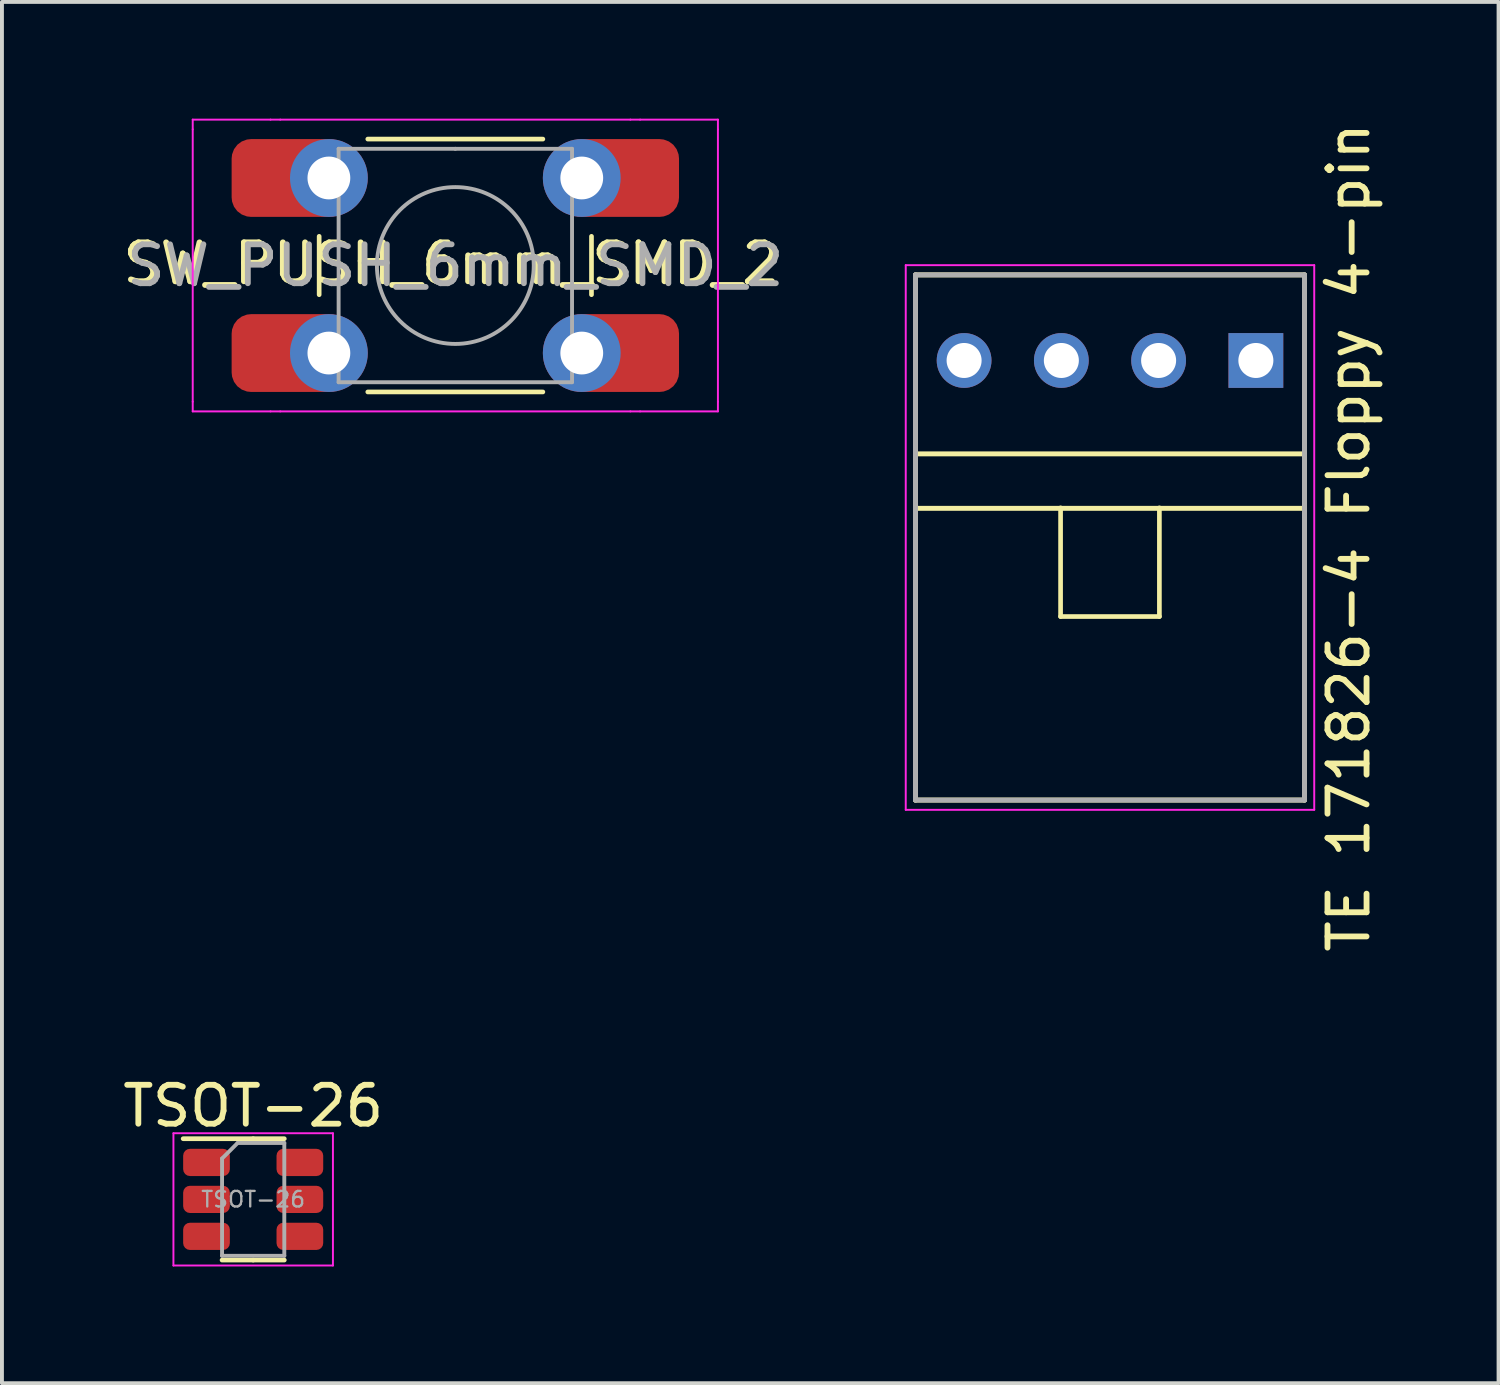
<source format=kicad_pcb>
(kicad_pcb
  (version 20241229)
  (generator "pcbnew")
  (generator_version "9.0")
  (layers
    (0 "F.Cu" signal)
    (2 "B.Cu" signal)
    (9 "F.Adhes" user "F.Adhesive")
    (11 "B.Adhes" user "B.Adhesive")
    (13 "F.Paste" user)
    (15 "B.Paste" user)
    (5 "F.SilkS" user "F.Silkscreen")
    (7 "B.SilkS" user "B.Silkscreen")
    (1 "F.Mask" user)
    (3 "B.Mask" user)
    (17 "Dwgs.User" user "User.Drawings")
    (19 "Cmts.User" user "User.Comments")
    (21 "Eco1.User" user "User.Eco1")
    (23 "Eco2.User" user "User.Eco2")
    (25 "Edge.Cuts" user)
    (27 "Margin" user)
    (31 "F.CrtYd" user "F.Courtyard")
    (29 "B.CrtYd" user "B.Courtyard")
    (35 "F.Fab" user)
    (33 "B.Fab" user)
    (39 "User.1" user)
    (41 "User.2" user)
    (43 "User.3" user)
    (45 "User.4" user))
  (footprint "TSOT-26"
    (layer "F.Cu")
    (at 3.458 27.78)
    (property "Reference" "TSOT-26" (at 0 -2.4 0) (layer "F.SilkS") (effects (font (size 1 1) (thickness 0.15))))
    (attr smd)
    (fp_line (start 0 -1.56) (end -1.8 -1.56) (stroke (width 0.12) (type solid)) (layer "F.SilkS"))
    (fp_line (start 0 -1.56) (end 0.8 -1.56) (stroke (width 0.12) (type solid)) (layer "F.SilkS"))
    (fp_line (start 0 1.56) (end -0.8 1.56) (stroke (width 0.12) (type solid)) (layer "F.SilkS"))
    (fp_line (start 0 1.56) (end 0.8 1.56) (stroke (width 0.12) (type solid)) (layer "F.SilkS"))
    (fp_line (start -2.05 -1.7) (end -2.05 1.7) (stroke (width 0.05) (type solid)) (layer "F.CrtYd"))
    (fp_line (start -2.05 1.7) (end 2.05 1.7) (stroke (width 0.05) (type solid)) (layer "F.CrtYd"))
    (fp_line (start 2.05 -1.7) (end -2.05 -1.7) (stroke (width 0.05) (type solid)) (layer "F.CrtYd"))
    (fp_line (start 2.05 1.7) (end 2.05 -1.7) (stroke (width 0.05) (type solid)) (layer "F.CrtYd"))
    (fp_line (start -0.8 -1.05) (end -0.4 -1.45) (stroke (width 0.1) (type solid)) (layer "F.Fab"))
    (fp_line (start -0.8 1.45) (end -0.8 -1.05) (stroke (width 0.1) (type solid)) (layer "F.Fab"))
    (fp_line (start -0.4 -1.45) (end 0.8 -1.45) (stroke (width 0.1) (type solid)) (layer "F.Fab"))
    (fp_line (start 0.8 -1.45) (end 0.8 1.45) (stroke (width 0.1) (type solid)) (layer "F.Fab"))
    (fp_line (start 0.8 1.45) (end -0.8 1.45) (stroke (width 0.1) (type solid)) (layer "F.Fab"))
    (fp_text user "${REFERENCE}" (at 0 0 0) (layer "F.Fab") (effects (font (size 0.4 0.4) (thickness 0.06))))
    (pad "1" smd roundrect (at -1.2 -0.95) (size 1.2 0.7) (layers "F.Cu" "F.Mask" "F.Paste") (roundrect_rratio 0.25))
    (pad "2" smd roundrect (at -1.2 0) (size 1.2 0.7) (layers "F.Cu" "F.Mask" "F.Paste") (roundrect_rratio 0.25))
    (pad "3" smd roundrect (at -1.2 0.95) (size 1.2 0.7) (layers "F.Cu" "F.Mask" "F.Paste") (roundrect_rratio 0.25))
    (pad "4" smd roundrect (at 1.2 0.95) (size 1.2 0.7) (layers "F.Cu" "F.Mask" "F.Paste") (roundrect_rratio 0.25))
    (pad "5" smd roundrect (at 1.2 0) (size 1.2 0.7) (layers "F.Cu" "F.Mask" "F.Paste") (roundrect_rratio 0.25))
    (pad "6" smd roundrect (at 1.2 -0.95) (size 1.2 0.7) (layers "F.Cu" "F.Mask" "F.Paste") (roundrect_rratio 0.25)))
  (footprint "SW_PUSH_6mm_SMD_2"
    (layer "F.Cu")
    (at 5.404 1.525)
    (property "Reference" "SW_PUSH_6mm_SMD_2" (at 3.15 2.2 180) (layer "F.SilkS") (effects (font (size 1 1) (thickness 0.15))))
    (fp_line (start -0.25 1.5) (end -0.25 3) (stroke (width 0.12) (type solid)) (layer "F.SilkS"))
    (fp_line (start 1 5.5) (end 5.5 5.5) (stroke (width 0.12) (type solid)) (layer "F.SilkS"))
    (fp_line (start 5.5 -1) (end 1 -1) (stroke (width 0.12) (type solid)) (layer "F.SilkS"))
    (fp_line (start 6.75 3) (end 6.75 1.5) (stroke (width 0.12) (type solid)) (layer "F.SilkS"))
    (fp_line (start -3.5 -1.25) (end -3.5 -1.5) (stroke (width 0.05) (type solid)) (layer "F.CrtYd"))
    (fp_line (start -3.5 5.75) (end -3.5 -1.25) (stroke (width 0.05) (type solid)) (layer "F.CrtYd"))
    (fp_line (start -3.5 5.75) (end -3.5 6) (stroke (width 0.05) (type solid)) (layer "F.CrtYd"))
    (fp_line (start -1.5 -1.5) (end -3.5 -1.5) (stroke (width 0.05) (type solid)) (layer "F.CrtYd"))
    (fp_line (start -1.5 -1.5) (end -1.25 -1.5) (stroke (width 0.05) (type solid)) (layer "F.CrtYd"))
    (fp_line (start -1.5 6) (end -3.5 6) (stroke (width 0.05) (type solid)) (layer "F.CrtYd"))
    (fp_line (start -1.5 6) (end -1.25 6) (stroke (width 0.05) (type solid)) (layer "F.CrtYd"))
    (fp_line (start -1.25 -1.5) (end 7.75 -1.5) (stroke (width 0.05) (type solid)) (layer "F.CrtYd"))
    (fp_line (start 7.75 -1.5) (end 8 -1.5) (stroke (width 0.05) (type solid)) (layer "F.CrtYd"))
    (fp_line (start 7.75 6) (end -1.25 6) (stroke (width 0.05) (type solid)) (layer "F.CrtYd"))
    (fp_line (start 7.75 6) (end 8 6) (stroke (width 0.05) (type solid)) (layer "F.CrtYd"))
    (fp_line (start 8 -1.5) (end 10 -1.5) (stroke (width 0.05) (type solid)) (layer "F.CrtYd"))
    (fp_line (start 10 -1.5) (end 10 -1.25) (stroke (width 0.05) (type solid)) (layer "F.CrtYd"))
    (fp_line (start 10 -1.25) (end 10 5.75) (stroke (width 0.05) (type solid)) (layer "F.CrtYd"))
    (fp_line (start 10 6) (end 8 6) (stroke (width 0.05) (type solid)) (layer "F.CrtYd"))
    (fp_line (start 10 6) (end 10 5.75) (stroke (width 0.05) (type solid)) (layer "F.CrtYd"))
    (fp_line (start 0.25 -0.75) (end 3.25 -0.75) (stroke (width 0.1) (type solid)) (layer "F.Fab"))
    (fp_line (start 0.25 5.25) (end 0.25 -0.75) (stroke (width 0.1) (type solid)) (layer "F.Fab"))
    (fp_line (start 3.25 -0.75) (end 6.25 -0.75) (stroke (width 0.1) (type solid)) (layer "F.Fab"))
    (fp_line (start 6.25 -0.75) (end 6.25 5.25) (stroke (width 0.1) (type solid)) (layer "F.Fab"))
    (fp_line (start 6.25 5.25) (end 0.25 5.25) (stroke (width 0.1) (type solid)) (layer "F.Fab"))
    (fp_circle (center 3.25 2.25) (end 1.25 2.5) (stroke (width 0.1) (type solid)) (fill no) (layer "F.Fab"))
    (fp_text user "${REFERENCE}" (at 3.25 2.25 180) (layer "F.Fab") (effects (font (size 1 1) (thickness 0.15))))
    (pad "1" smd roundrect (at -1 0 90) (size 2 3) (layers "F.Cu" "F.Mask") (roundrect_rratio 0.25))
    (pad "1" thru_hole circle (at 0 0 90) (size 2 2) (drill 1.1) (layers "*.Cu" "*.Mask"))
    (pad "1" thru_hole circle (at 6.5 0 90) (size 2 2) (drill 1.1) (layers "*.Cu" "*.Mask"))
    (pad "1" smd roundrect (at 7.5 0 90) (size 2 3) (layers "F.Cu" "F.Mask") (roundrect_rratio 0.25))
    (pad "2" smd roundrect (at -1 4.5 90) (size 2 3) (layers "F.Cu" "F.Mask") (roundrect_rratio 0.25))
    (pad "2" thru_hole circle (at 0 4.5 90) (size 2 2) (drill 1.1) (layers "*.Cu" "*.Mask"))
    (pad "2" thru_hole circle (at 6.5 4.5 90) (size 2 2) (drill 1.1) (layers "*.Cu" "*.Mask"))
    (pad "2" smd roundrect (at 7.5 4.5 90) (size 2 3) (layers "F.Cu" "F.Mask") (roundrect_rratio 0.25)))
  (footprint "TE 171826-4 Floppy 4-pin"
    (layer "F.Cu")
    (at 25.482 10.766)
    (property "Reference" "TE 171826-4 Floppy 4-pin" (at 6.138 0 90) (layer "F.SilkS") (effects (font (size 1.004 1.004) (thickness 0.15))))
    (attr through_hole)
    (fp_line (start -5 -6.75) (end 5 -6.75) (stroke (width 0.127) (type solid)) (layer "F.SilkS"))
    (fp_line (start -5 -2.15) (end -5 -6.75) (stroke (width 0.127) (type solid)) (layer "F.SilkS"))
    (fp_line (start -5 -2.15) (end 5 -2.15) (stroke (width 0.127) (type solid)) (layer "F.SilkS"))
    (fp_line (start -5 -0.75) (end -5 -2.15) (stroke (width 0.127) (type solid)) (layer "F.SilkS"))
    (fp_line (start -5 -0.75) (end 5 -0.75) (stroke (width 0.127) (type solid)) (layer "F.SilkS"))
    (fp_line (start -5 6.75) (end -5 -0.75) (stroke (width 0.127) (type solid)) (layer "F.SilkS"))
    (fp_line (start -1.27 -0.762) (end -1.27 2.032) (stroke (width 0.12) (type solid)) (layer "F.SilkS"))
    (fp_line (start -1.27 2.032) (end 1.27 2.032) (stroke (width 0.12) (type solid)) (layer "F.SilkS"))
    (fp_line (start 1.27 2.032) (end 1.27 -0.762) (stroke (width 0.12) (type solid)) (layer "F.SilkS"))
    (fp_line (start 5 -6.75) (end 5 -2.15) (stroke (width 0.127) (type solid)) (layer "F.SilkS"))
    (fp_line (start 5 -2.15) (end 5 -0.75) (stroke (width 0.127) (type solid)) (layer "F.SilkS"))
    (fp_line (start 5 -0.75) (end 5 6.75) (stroke (width 0.127) (type solid)) (layer "F.SilkS"))
    (fp_line (start 5 6.75) (end -5 6.75) (stroke (width 0.127) (type solid)) (layer "F.SilkS"))
    (fp_line (start -5.25 -7) (end 5.25 -7) (stroke (width 0.05) (type solid)) (layer "F.CrtYd"))
    (fp_line (start -5.25 7) (end -5.25 -7) (stroke (width 0.05) (type solid)) (layer "F.CrtYd"))
    (fp_line (start 5.25 -7) (end 5.25 7) (stroke (width 0.05) (type solid)) (layer "F.CrtYd"))
    (fp_line (start 5.25 7) (end -5.25 7) (stroke (width 0.05) (type solid)) (layer "F.CrtYd"))
    (fp_line (start -5 -6.75) (end 5 -6.75) (stroke (width 0.127) (type solid)) (layer "F.Fab"))
    (fp_line (start -5 6.75) (end -5 -6.75) (stroke (width 0.127) (type solid)) (layer "F.Fab"))
    (fp_line (start 5 6.75) (end -5 6.75) (stroke (width 0.127) (type solid)) (layer "F.Fab"))
    (fp_line (start 5 6.75) (end 5 -6.75) (stroke (width 0.127) (type solid)) (layer "F.Fab"))
    (pad "1" thru_hole rect (at 3.75 -4.55) (size 1.408 1.408) (drill 0.9) (layers "*.Cu" "*.Mask"))
    (pad "2" thru_hole circle (at 1.25 -4.55) (size 1.408 1.408) (drill 0.9) (layers "*.Cu" "*.Mask"))
    (pad "3" thru_hole circle (at -1.25 -4.55) (size 1.408 1.408) (drill 0.9) (layers "*.Cu" "*.Mask"))
    (pad "4" thru_hole circle (at -3.75 -4.55) (size 1.408 1.408) (drill 0.9) (layers "*.Cu" "*.Mask")))
  (gr_rect
    (start -3 -3)
    (end 35.47 32.505)
    (stroke (width 0.1) (type default))
    (fill no)
    (layer "Edge.Cuts")))
</source>
